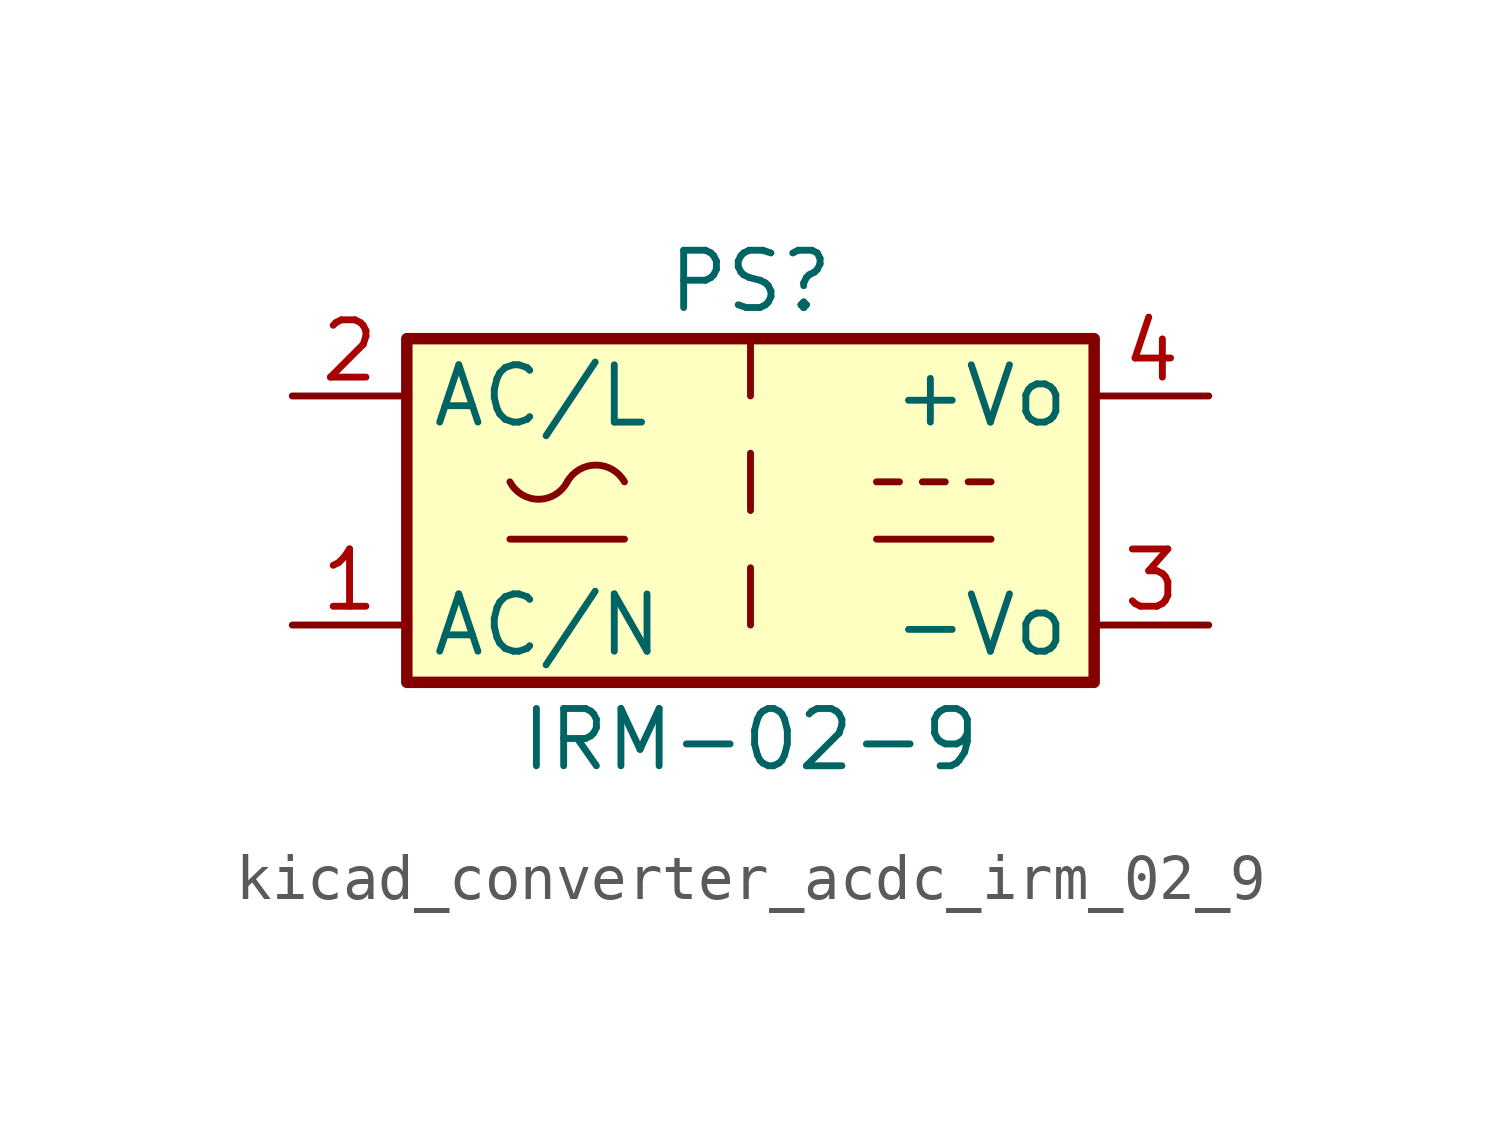
<source format=kicad_sym>
(kicad_symbol_lib
  (version 20220914)
  (generator kicad_symbol_editor)
  (symbol "kicad_converter_acdc_irm_02_9"
    (property "Reference" "PS"
      (at 0 5.08 0)
      (effects (font (size 1.27 1.27))))
    (property "Value" "IRM-02-9"
      (at 0 -5.08 0)
      (effects (font (size 1.27 1.27))))
    (symbol "kicad_converter_acdc_irm_02_9_0_1"
      (rectangle (start -7.62 3.81) (end 7.62 -3.81) (stroke (width 0.254) (type default)) (fill (type background)))
      (arc (start -5.334 0.635) (mid -4.699 0.2495) (end -4.064 0.635) (stroke (width 0) (type default)) (fill (type none)))
      (arc (start -2.794 0.635) (mid -3.429 1.0072) (end -4.064 0.635) (stroke (width 0) (type default)) (fill (type none)))
      (polyline (pts (xy -5.334 -0.635) (xy -2.794 -0.635)) (stroke (width 0) (type default)) (fill (type none)))
      (polyline (pts (xy 2.794 -0.635) (xy 5.334 -0.635)) (stroke (width 0) (type default)) (fill (type none)))
      (polyline (pts (xy 2.794 0.635) (xy 3.302 0.635)) (stroke (width 0) (type default)) (fill (type none)))
      (polyline (pts (xy 3.81 0.635) (xy 4.318 0.635)) (stroke (width 0) (type default)) (fill (type none)))
      (polyline (pts (xy 4.826 0.635) (xy 5.334 0.635)) (stroke (width 0) (type default)) (fill (type none))))
    (symbol "kicad_converter_acdc_irm_02_9_1_1"
      (polyline (pts (xy 0 -1.27) (xy 0 -2.54)) (stroke (width 0) (type default)) (fill (type none)))
      (polyline (pts (xy 0 1.27) (xy 0 0)) (stroke (width 0) (type default)) (fill (type none)))
      (polyline (pts (xy 0 3.81) (xy 0 2.54)) (stroke (width 0) (type default)) (fill (type none)))
      (pin power_in line (at -10.16 -2.54 0) (length 2.54) (name "AC/N" (effects (font (size 1.27 1.27)))) (number "1" (effects (font (size 1.27 1.27)))))
      (pin power_in line (at -10.16 2.54 0) (length 2.54) (name "AC/L" (effects (font (size 1.27 1.27)))) (number "2" (effects (font (size 1.27 1.27)))))
      (pin power_out line (at 10.16 -2.54 180) (length 2.54) (name "-Vo" (effects (font (size 1.27 1.27)))) (number "3" (effects (font (size 1.27 1.27)))))
      (pin power_out line (at 10.16 2.54 180) (length 2.54) (name "+Vo" (effects (font (size 1.27 1.27)))) (number "4" (effects (font (size 1.27 1.27))))))))
</source>
